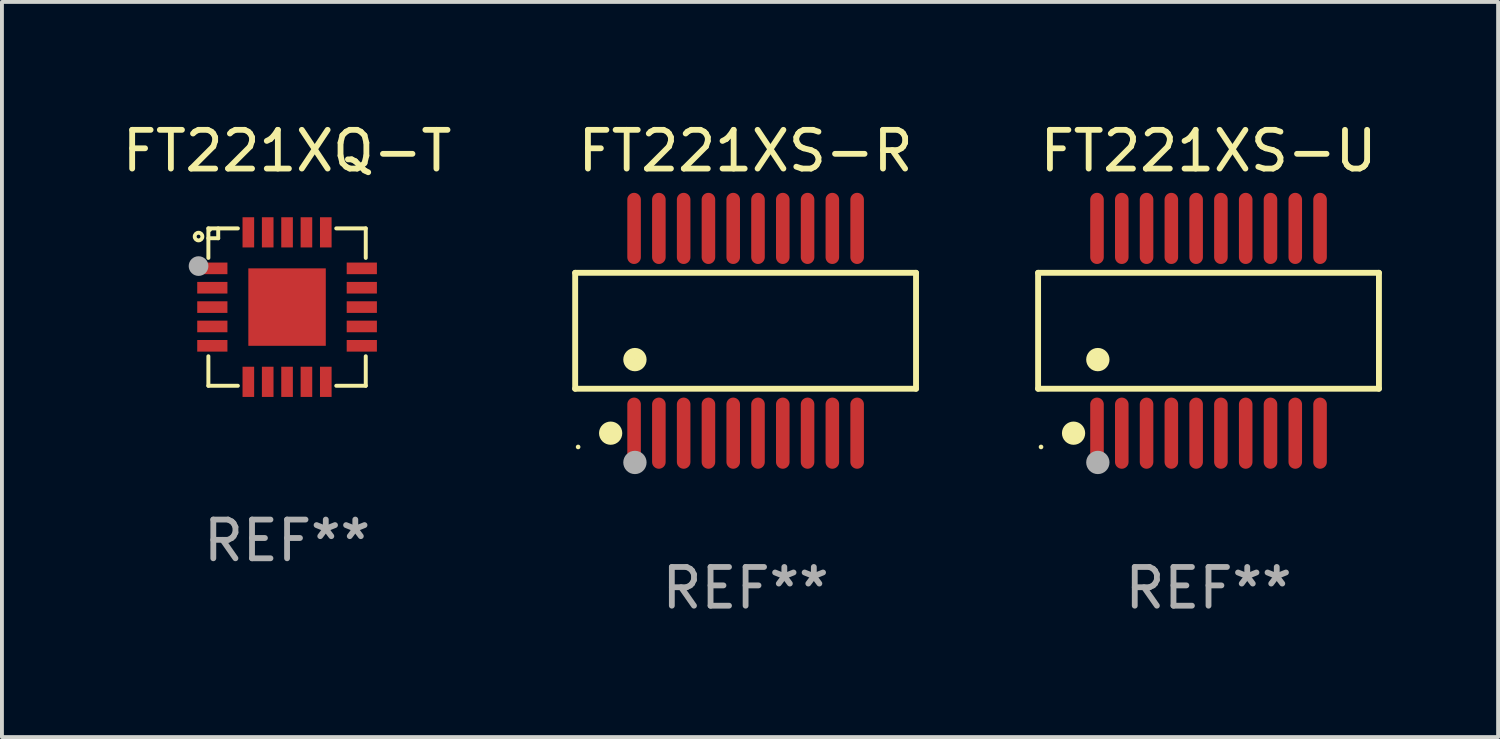
<source format=kicad_pcb>
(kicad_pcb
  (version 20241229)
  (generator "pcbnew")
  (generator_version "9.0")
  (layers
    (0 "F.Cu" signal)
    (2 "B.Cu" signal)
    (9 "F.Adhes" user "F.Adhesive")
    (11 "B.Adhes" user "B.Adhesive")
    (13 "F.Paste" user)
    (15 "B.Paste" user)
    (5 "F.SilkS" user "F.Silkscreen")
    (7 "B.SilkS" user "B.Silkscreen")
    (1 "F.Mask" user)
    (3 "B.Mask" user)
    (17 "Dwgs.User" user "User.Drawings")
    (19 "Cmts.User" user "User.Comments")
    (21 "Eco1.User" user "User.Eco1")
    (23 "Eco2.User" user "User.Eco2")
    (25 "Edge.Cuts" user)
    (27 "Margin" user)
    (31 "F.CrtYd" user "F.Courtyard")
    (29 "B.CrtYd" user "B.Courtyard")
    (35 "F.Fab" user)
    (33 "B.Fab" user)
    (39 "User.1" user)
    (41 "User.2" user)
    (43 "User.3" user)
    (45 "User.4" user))
  (footprint "FT221XS-U"
    (layer "F.Cu")
    (at 28.158 5.492)
    (property "Reference" "FT221XS-U" (at 0 -4.644 0) (layer "F.SilkS") (effects (font (size 1 1) (thickness 0.15))))
    (attr through_hole)
    (fp_line (start -4.401 -1.497) (end 4.401 -1.497) (stroke (width 0.152) (type solid)) (layer "F.SilkS"))
    (fp_line (start -4.401 1.496) (end -4.401 -1.497) (stroke (width 0.152) (type solid)) (layer "F.SilkS"))
    (fp_line (start 4.401 -1.497) (end 4.401 1.496) (stroke (width 0.152) (type solid)) (layer "F.SilkS"))
    (fp_line (start 4.401 1.496) (end -4.401 1.496) (stroke (width 0.152) (type solid)) (layer "F.SilkS"))
    (fp_circle (center -4.325 3) (end -4.295 3) (stroke (width 0.06) (type solid)) (fill no) (layer "F.SilkS"))
    (fp_circle (center -3.485 2.644) (end -3.335 2.644) (stroke (width 0.3) (type solid)) (fill no) (layer "F.SilkS"))
    (fp_circle (center -2.858 0.744) (end -2.707 0.744) (stroke (width 0.3) (type solid)) (fill no) (layer "F.SilkS"))
    (fp_circle (center -2.858 3.4) (end -2.707 3.4) (stroke (width 0.3) (type solid)) (fill no) (layer "F.Fab"))
    (fp_text user "REF**" (at 0 6.644 0) (layer "F.Fab") (effects (font (size 1 1) (thickness 0.15))))
    (pad "1" smd oval (at -2.88 2.644) (size 0.35 1.837) (layers "F.Cu" "F.Mask" "F.Paste"))
    (pad "2" smd oval (at -2.24 2.644) (size 0.35 1.837) (layers "F.Cu" "F.Mask" "F.Paste"))
    (pad "3" smd oval (at -1.6 2.644) (size 0.35 1.837) (layers "F.Cu" "F.Mask" "F.Paste"))
    (pad "4" smd oval (at -0.96 2.644) (size 0.35 1.837) (layers "F.Cu" "F.Mask" "F.Paste"))
    (pad "5" smd oval (at -0.32 2.644) (size 0.35 1.837) (layers "F.Cu" "F.Mask" "F.Paste"))
    (pad "6" smd oval (at 0.32 2.644) (size 0.35 1.837) (layers "F.Cu" "F.Mask" "F.Paste"))
    (pad "7" smd oval (at 0.96 2.644) (size 0.35 1.837) (layers "F.Cu" "F.Mask" "F.Paste"))
    (pad "8" smd oval (at 1.6 2.644) (size 0.35 1.837) (layers "F.Cu" "F.Mask" "F.Paste"))
    (pad "9" smd oval (at 2.24 2.644) (size 0.35 1.837) (layers "F.Cu" "F.Mask" "F.Paste"))
    (pad "10" smd oval (at 2.88 2.644) (size 0.35 1.837) (layers "F.Cu" "F.Mask" "F.Paste"))
    (pad "11" smd oval (at 2.88 -2.644 180) (size 0.35 1.837) (layers "F.Cu" "F.Mask" "F.Paste"))
    (pad "12" smd oval (at 2.24 -2.644 180) (size 0.35 1.837) (layers "F.Cu" "F.Mask" "F.Paste"))
    (pad "13" smd oval (at 1.6 -2.644 180) (size 0.35 1.837) (layers "F.Cu" "F.Mask" "F.Paste"))
    (pad "14" smd oval (at 0.96 -2.644 180) (size 0.35 1.837) (layers "F.Cu" "F.Mask" "F.Paste"))
    (pad "15" smd oval (at 0.32 -2.644 180) (size 0.35 1.837) (layers "F.Cu" "F.Mask" "F.Paste"))
    (pad "16" smd oval (at -0.32 -2.644 180) (size 0.35 1.837) (layers "F.Cu" "F.Mask" "F.Paste"))
    (pad "17" smd oval (at -0.96 -2.644 180) (size 0.35 1.837) (layers "F.Cu" "F.Mask" "F.Paste"))
    (pad "18" smd oval (at -1.6 -2.644 180) (size 0.35 1.837) (layers "F.Cu" "F.Mask" "F.Paste"))
    (pad "19" smd oval (at -2.24 -2.644 180) (size 0.35 1.837) (layers "F.Cu" "F.Mask" "F.Paste"))
    (pad "20" smd oval (at -2.88 -2.644 180) (size 0.35 1.837) (layers "F.Cu" "F.Mask" "F.Paste")))
  (footprint "FT221XS-R"
    (layer "F.Cu")
    (at 16.204 5.492)
    (property "Reference" "FT221XS-R" (at 0 -4.644 0) (layer "F.SilkS") (effects (font (size 1 1) (thickness 0.15))))
    (attr through_hole)
    (fp_line (start -4.401 -1.497) (end 4.401 -1.497) (stroke (width 0.152) (type solid)) (layer "F.SilkS"))
    (fp_line (start -4.401 1.496) (end -4.401 -1.497) (stroke (width 0.152) (type solid)) (layer "F.SilkS"))
    (fp_line (start 4.401 -1.497) (end 4.401 1.496) (stroke (width 0.152) (type solid)) (layer "F.SilkS"))
    (fp_line (start 4.401 1.496) (end -4.401 1.496) (stroke (width 0.152) (type solid)) (layer "F.SilkS"))
    (fp_circle (center -4.325 3) (end -4.295 3) (stroke (width 0.06) (type solid)) (fill no) (layer "F.SilkS"))
    (fp_circle (center -3.485 2.644) (end -3.335 2.644) (stroke (width 0.3) (type solid)) (fill no) (layer "F.SilkS"))
    (fp_circle (center -2.858 0.744) (end -2.707 0.744) (stroke (width 0.3) (type solid)) (fill no) (layer "F.SilkS"))
    (fp_circle (center -2.858 3.4) (end -2.707 3.4) (stroke (width 0.3) (type solid)) (fill no) (layer "F.Fab"))
    (fp_text user "REF**" (at 0 6.644 0) (layer "F.Fab") (effects (font (size 1 1) (thickness 0.15))))
    (pad "1" smd oval (at -2.88 2.644) (size 0.35 1.837) (layers "F.Cu" "F.Mask" "F.Paste"))
    (pad "2" smd oval (at -2.24 2.644) (size 0.35 1.837) (layers "F.Cu" "F.Mask" "F.Paste"))
    (pad "3" smd oval (at -1.6 2.644) (size 0.35 1.837) (layers "F.Cu" "F.Mask" "F.Paste"))
    (pad "4" smd oval (at -0.96 2.644) (size 0.35 1.837) (layers "F.Cu" "F.Mask" "F.Paste"))
    (pad "5" smd oval (at -0.32 2.644) (size 0.35 1.837) (layers "F.Cu" "F.Mask" "F.Paste"))
    (pad "6" smd oval (at 0.32 2.644) (size 0.35 1.837) (layers "F.Cu" "F.Mask" "F.Paste"))
    (pad "7" smd oval (at 0.96 2.644) (size 0.35 1.837) (layers "F.Cu" "F.Mask" "F.Paste"))
    (pad "8" smd oval (at 1.6 2.644) (size 0.35 1.837) (layers "F.Cu" "F.Mask" "F.Paste"))
    (pad "9" smd oval (at 2.24 2.644) (size 0.35 1.837) (layers "F.Cu" "F.Mask" "F.Paste"))
    (pad "10" smd oval (at 2.88 2.644) (size 0.35 1.837) (layers "F.Cu" "F.Mask" "F.Paste"))
    (pad "11" smd oval (at 2.88 -2.644 180) (size 0.35 1.837) (layers "F.Cu" "F.Mask" "F.Paste"))
    (pad "12" smd oval (at 2.24 -2.644 180) (size 0.35 1.837) (layers "F.Cu" "F.Mask" "F.Paste"))
    (pad "13" smd oval (at 1.6 -2.644 180) (size 0.35 1.837) (layers "F.Cu" "F.Mask" "F.Paste"))
    (pad "14" smd oval (at 0.96 -2.644 180) (size 0.35 1.837) (layers "F.Cu" "F.Mask" "F.Paste"))
    (pad "15" smd oval (at 0.32 -2.644 180) (size 0.35 1.837) (layers "F.Cu" "F.Mask" "F.Paste"))
    (pad "16" smd oval (at -0.32 -2.644 180) (size 0.35 1.837) (layers "F.Cu" "F.Mask" "F.Paste"))
    (pad "17" smd oval (at -0.96 -2.644 180) (size 0.35 1.837) (layers "F.Cu" "F.Mask" "F.Paste"))
    (pad "18" smd oval (at -1.6 -2.644 180) (size 0.35 1.837) (layers "F.Cu" "F.Mask" "F.Paste"))
    (pad "19" smd oval (at -2.24 -2.644 180) (size 0.35 1.837) (layers "F.Cu" "F.Mask" "F.Paste"))
    (pad "20" smd oval (at -2.88 -2.644 180) (size 0.35 1.837) (layers "F.Cu" "F.Mask" "F.Paste")))
  (footprint "FT221XQ-T"
    (layer "F.Cu")
    (at 4.363 4.88)
    (property "Reference" "FT221XQ-T" (at 0 -4.032 0) (layer "F.SilkS") (effects (font (size 1 1) (thickness 0.15))))
    (attr through_hole)
    (fp_line (start -2.032 -2.032) (end -1.27 -2.032) (stroke (width 0.102) (type solid)) (layer "F.SilkS"))
    (fp_line (start -2.032 -1.27) (end -2.032 -2.032) (stroke (width 0.102) (type solid)) (layer "F.SilkS"))
    (fp_line (start -2.032 1.27) (end -2.032 2.032) (stroke (width 0.102) (type solid)) (layer "F.SilkS"))
    (fp_line (start -2.032 2.032) (end -1.27 2.032) (stroke (width 0.102) (type solid)) (layer "F.SilkS"))
    (fp_line (start -1.778 -2.032) (end -1.778 -1.778) (stroke (width 0.102) (type solid)) (layer "F.SilkS"))
    (fp_line (start -1.778 -1.778) (end -2.032 -1.778) (stroke (width 0.102) (type solid)) (layer "F.SilkS"))
    (fp_line (start 1.27 -2.032) (end 2.032 -2.032) (stroke (width 0.102) (type solid)) (layer "F.SilkS"))
    (fp_line (start 2.032 -2.032) (end 2.032 -1.27) (stroke (width 0.102) (type solid)) (layer "F.SilkS"))
    (fp_line (start 2.032 1.27) (end 2.032 2.032) (stroke (width 0.102) (type solid)) (layer "F.SilkS"))
    (fp_line (start 2.032 2.032) (end 1.27 2.032) (stroke (width 0.102) (type solid)) (layer "F.SilkS"))
    (fp_circle (center -2.286 -1.821) (end -2.187 -1.821) (stroke (width 0.1) (type solid)) (fill no) (layer "F.SilkS"))
    (fp_circle (center -2 -2) (end -1.97 -2) (stroke (width 0.06) (type solid)) (fill no) (layer "F.SilkS"))
    (fp_circle (center -2.286 -1.059) (end -2.159 -1.059) (stroke (width 0.254) (type solid)) (fill no) (layer "F.Fab"))
    (fp_text user "REF**" (at 0 6.032 0) (layer "F.Fab") (effects (font (size 1 1) (thickness 0.15))))
    (pad "1" smd rect (at -1.93 -1) (size 0.78 0.3) (layers "F.Cu" "F.Mask" "F.Paste"))
    (pad "2" smd rect (at -1.93 -0.5) (size 0.78 0.3) (layers "F.Cu" "F.Mask" "F.Paste"))
    (pad "3" smd rect (at -1.93 0.000279) (size 0.78 0.3) (layers "F.Cu" "F.Mask" "F.Paste"))
    (pad "4" smd rect (at -1.93 0.5) (size 0.78 0.3) (layers "F.Cu" "F.Mask" "F.Paste"))
    (pad "5" smd rect (at -1.93 1) (size 0.78 0.3) (layers "F.Cu" "F.Mask" "F.Paste"))
    (pad "6" smd rect (at -1 1.93) (size 0.3 0.78) (layers "F.Cu" "F.Mask" "F.Paste"))
    (pad "7" smd rect (at -0.5 1.93) (size 0.3 0.78) (layers "F.Cu" "F.Mask" "F.Paste"))
    (pad "8" smd rect (at -0.000076 1.93) (size 0.3 0.78) (layers "F.Cu" "F.Mask" "F.Paste"))
    (pad "9" smd rect (at 0.5 1.93) (size 0.3 0.78) (layers "F.Cu" "F.Mask" "F.Paste"))
    (pad "10" smd rect (at 1 1.93) (size 0.3 0.78) (layers "F.Cu" "F.Mask" "F.Paste"))
    (pad "11" smd rect (at 1.93 1) (size 0.78 0.3) (layers "F.Cu" "F.Mask" "F.Paste"))
    (pad "12" smd rect (at 1.93 0.5) (size 0.78 0.3) (layers "F.Cu" "F.Mask" "F.Paste"))
    (pad "13" smd rect (at 1.93 0.000025) (size 0.78 0.3) (layers "F.Cu" "F.Mask" "F.Paste"))
    (pad "14" smd rect (at 1.93 -0.5) (size 0.78 0.3) (layers "F.Cu" "F.Mask" "F.Paste"))
    (pad "15" smd rect (at 1.93 -1) (size 0.78 0.3) (layers "F.Cu" "F.Mask" "F.Paste"))
    (pad "16" smd rect (at 1 -1.93) (size 0.3 0.78) (layers "F.Cu" "F.Mask" "F.Paste"))
    (pad "17" smd rect (at 0.5 -1.93) (size 0.3 0.78) (layers "F.Cu" "F.Mask" "F.Paste"))
    (pad "18" smd rect (at -0.000076 -1.93) (size 0.3 0.78) (layers "F.Cu" "F.Mask" "F.Paste"))
    (pad "19" smd rect (at -0.5 -1.93) (size 0.3 0.78) (layers "F.Cu" "F.Mask" "F.Paste"))
    (pad "20" smd rect (at -1 -1.93) (size 0.3 0.78) (layers "F.Cu" "F.Mask" "F.Paste"))
    (pad "21" smd rect (at -0.000076 0.000025) (size 2 2) (layers "F.Cu" "F.Mask" "F.Paste")))
  (gr_rect
    (start -3 -3)
    (end 35.636 15.984)
    (stroke (width 0.1) (type default))
    (fill no)
    (layer "Edge.Cuts")))
</source>
